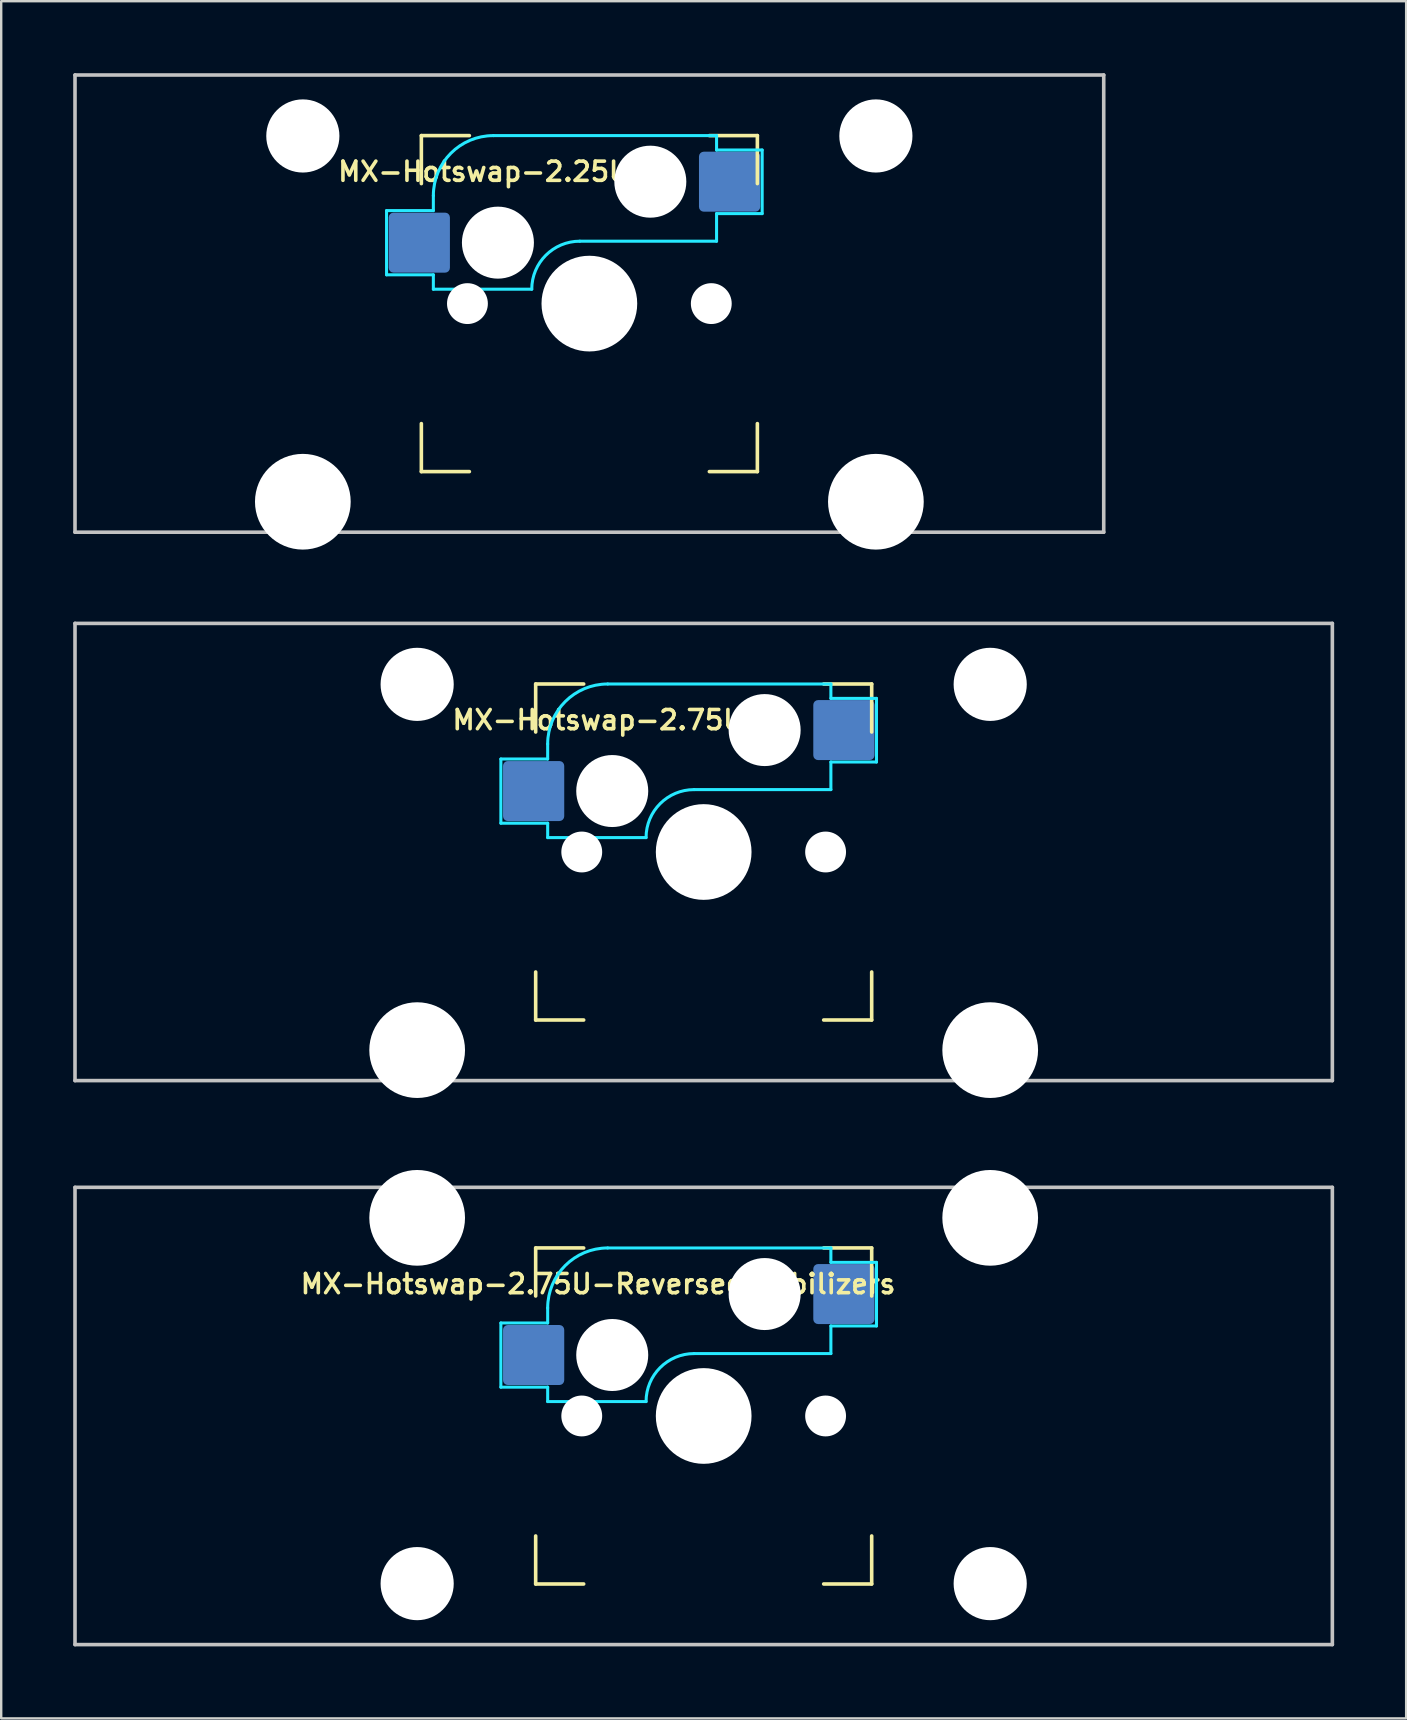
<source format=kicad_pcb>
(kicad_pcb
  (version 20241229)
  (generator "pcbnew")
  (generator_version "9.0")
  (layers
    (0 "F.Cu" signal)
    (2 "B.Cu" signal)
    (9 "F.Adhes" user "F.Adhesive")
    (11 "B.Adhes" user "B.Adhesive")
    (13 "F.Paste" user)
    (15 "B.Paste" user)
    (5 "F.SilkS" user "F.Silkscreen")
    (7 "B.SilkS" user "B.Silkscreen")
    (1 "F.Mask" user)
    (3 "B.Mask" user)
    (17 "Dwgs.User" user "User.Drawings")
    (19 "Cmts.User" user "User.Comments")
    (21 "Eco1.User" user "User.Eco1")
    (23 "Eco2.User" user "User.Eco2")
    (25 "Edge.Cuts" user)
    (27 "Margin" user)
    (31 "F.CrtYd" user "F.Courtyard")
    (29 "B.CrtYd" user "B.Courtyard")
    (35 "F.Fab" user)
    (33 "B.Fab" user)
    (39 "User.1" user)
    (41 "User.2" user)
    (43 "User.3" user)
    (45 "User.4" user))
  (footprint "MX-Hotswap-2.75U-ReversedStabilizers"
    (layer "F.Cu")
    (at 26.269 55.947)
    (property "Reference" "MX-Hotswap-2.75U-ReversedStabilizers" (at -4.4 -5.5 0) (layer "F.SilkS") (effects (font (size 0.8 0.8) (thickness 0.15))))
    (attr smd)
    (fp_line (start -7 -7) (end -7 -5) (stroke (width 0.15) (type solid)) (layer "F.SilkS"))
    (fp_line (start -7 5) (end -7 7) (stroke (width 0.15) (type solid)) (layer "F.SilkS"))
    (fp_line (start -7 7) (end -5 7) (stroke (width 0.15) (type solid)) (layer "F.SilkS"))
    (fp_line (start -5 -7) (end -7 -7) (stroke (width 0.15) (type solid)) (layer "F.SilkS"))
    (fp_line (start 5 -7) (end 7 -7) (stroke (width 0.15) (type solid)) (layer "F.SilkS"))
    (fp_line (start 5 7) (end 7 7) (stroke (width 0.15) (type solid)) (layer "F.SilkS"))
    (fp_line (start 7 -7) (end 7 -5) (stroke (width 0.15) (type solid)) (layer "F.SilkS"))
    (fp_line (start 7 7) (end 7 5) (stroke (width 0.15) (type solid)) (layer "F.SilkS"))
    (fp_line (start -26.194 9.525) (end -26.194 -9.525) (stroke (width 0.15) (type solid)) (layer "Dwgs.User"))
    (fp_line (start 26.194 -9.525) (end -26.194 -9.525) (stroke (width 0.15) (type solid)) (layer "Dwgs.User"))
    (fp_line (start 26.194 9.525) (end -26.194 9.525) (stroke (width 0.15) (type solid)) (layer "Dwgs.User"))
    (fp_line (start 26.194 9.525) (end 26.194 -9.525) (stroke (width 0.15) (type solid)) (layer "Dwgs.User"))
    (fp_line (start -8.45 -3.875) (end -8.45 -1.2) (stroke (width 0.127) (type solid)) (layer "B.CrtYd"))
    (fp_line (start -8.45 -1.2) (end -6.5 -1.2) (stroke (width 0.127) (type solid)) (layer "B.CrtYd"))
    (fp_line (start -6.5 -4.5) (end -6.5 -3.875) (stroke (width 0.127) (type solid)) (layer "B.CrtYd"))
    (fp_line (start -6.5 -3.875) (end -8.45 -3.875) (stroke (width 0.127) (type solid)) (layer "B.CrtYd"))
    (fp_line (start -6.5 -0.6) (end -6.5 -1.2) (stroke (width 0.127) (type solid)) (layer "B.CrtYd"))
    (fp_line (start -6.5 -0.6) (end -2.4 -0.6) (stroke (width 0.127) (type solid)) (layer "B.CrtYd"))
    (fp_line (start -0.4 -2.6) (end 5.3 -2.6) (stroke (width 0.127) (type solid)) (layer "B.CrtYd"))
    (fp_line (start 5.3 -7) (end -4 -7) (stroke (width 0.127) (type solid)) (layer "B.CrtYd"))
    (fp_line (start 5.3 -7) (end 5.3 -6.4) (stroke (width 0.127) (type solid)) (layer "B.CrtYd"))
    (fp_line (start 5.3 -6.4) (end 7.2 -6.4) (stroke (width 0.127) (type solid)) (layer "B.CrtYd"))
    (fp_line (start 5.3 -2.6) (end 5.3 -3.75) (stroke (width 0.127) (type solid)) (layer "B.CrtYd"))
    (fp_line (start 7.2 -6.4) (end 7.2 -3.75) (stroke (width 0.127) (type solid)) (layer "B.CrtYd"))
    (fp_line (start 7.2 -3.75) (end 5.3 -3.75) (stroke (width 0.127) (type solid)) (layer "B.CrtYd"))
    (fp_arc (start -6.5 -4.5) (mid -5.767767 -6.267767) (end -4 -7) (stroke (width 0.127) (type solid)) (layer "B.CrtYd"))
    (fp_arc (start -2.4 -0.6) (mid -1.814214 -2.014214) (end -0.4 -2.6) (stroke (width 0.127) (type solid)) (layer "B.CrtYd"))
    (pad "" np_thru_hole circle (at -11.938 -8.255) (size 3.988 3.988) (drill 3.988) (layers "*.Cu" "*.Mask"))
    (pad "" np_thru_hole circle (at -11.938 6.985) (size 3.048 3.048) (drill 3.048) (layers "*.Cu" "*.Mask"))
    (pad "" np_thru_hole circle (at -5.08 0 48.099) (size 1.702 1.702) (drill 1.702) (layers "*.Cu" "*.Mask"))
    (pad "" np_thru_hole circle (at -3.81 -2.54) (size 3 3) (drill 3) (layers "*.Cu" "*.Mask"))
    (pad "" np_thru_hole circle (at 0 0) (size 3.988 3.988) (drill 3.988) (layers "*.Cu" "*.Mask"))
    (pad "" np_thru_hole circle (at 2.54 -5.08) (size 3 3) (drill 3) (layers "*.Cu" "*.Mask"))
    (pad "" np_thru_hole circle (at 5.08 0 48.099) (size 1.702 1.702) (drill 1.702) (layers "*.Cu" "*.Mask"))
    (pad "" np_thru_hole circle (at 11.938 -8.255) (size 3.988 3.988) (drill 3.988) (layers "*.Cu" "*.Mask"))
    (pad "" np_thru_hole circle (at 11.938 6.985) (size 3.048 3.048) (drill 3.048) (layers "*.Cu" "*.Mask"))
    (pad "1" smd roundrect (at -7.085 -2.54) (size 2.55 2.5) (layers "B.Cu" "B.Mask" "B.Paste") (roundrect_rratio 0.08))
    (pad "2" smd roundrect (at 5.842 -5.08) (size 2.55 2.5) (layers "B.Cu" "B.Mask" "B.Paste") (roundrect_rratio 0.08)))
  (footprint "MX-Hotswap-2.25U"
    (layer "F.Cu")
    (at 21.506 9.6)
    (property "Reference" "MX-Hotswap-2.25U" (at -4.4 -5.5 0) (layer "F.SilkS") (effects (font (size 0.8 0.8) (thickness 0.15))))
    (attr smd)
    (fp_line (start -7 -7) (end -7 -5) (stroke (width 0.15) (type solid)) (layer "F.SilkS"))
    (fp_line (start -7 5) (end -7 7) (stroke (width 0.15) (type solid)) (layer "F.SilkS"))
    (fp_line (start -7 7) (end -5 7) (stroke (width 0.15) (type solid)) (layer "F.SilkS"))
    (fp_line (start -5 -7) (end -7 -7) (stroke (width 0.15) (type solid)) (layer "F.SilkS"))
    (fp_line (start 5 -7) (end 7 -7) (stroke (width 0.15) (type solid)) (layer "F.SilkS"))
    (fp_line (start 5 7) (end 7 7) (stroke (width 0.15) (type solid)) (layer "F.SilkS"))
    (fp_line (start 7 -7) (end 7 -5) (stroke (width 0.15) (type solid)) (layer "F.SilkS"))
    (fp_line (start 7 7) (end 7 5) (stroke (width 0.15) (type solid)) (layer "F.SilkS"))
    (fp_line (start -21.431 9.525) (end -21.431 -9.525) (stroke (width 0.15) (type solid)) (layer "Dwgs.User"))
    (fp_line (start 21.431 -9.525) (end -21.431 -9.525) (stroke (width 0.15) (type solid)) (layer "Dwgs.User"))
    (fp_line (start 21.431 9.525) (end -21.431 9.525) (stroke (width 0.15) (type solid)) (layer "Dwgs.User"))
    (fp_line (start 21.431 9.525) (end 21.431 -9.525) (stroke (width 0.15) (type solid)) (layer "Dwgs.User"))
    (fp_line (start -8.45 -3.875) (end -8.45 -1.2) (stroke (width 0.127) (type solid)) (layer "B.CrtYd"))
    (fp_line (start -8.45 -1.2) (end -6.5 -1.2) (stroke (width 0.127) (type solid)) (layer "B.CrtYd"))
    (fp_line (start -6.5 -4.5) (end -6.5 -3.875) (stroke (width 0.127) (type solid)) (layer "B.CrtYd"))
    (fp_line (start -6.5 -3.875) (end -8.45 -3.875) (stroke (width 0.127) (type solid)) (layer "B.CrtYd"))
    (fp_line (start -6.5 -0.6) (end -6.5 -1.2) (stroke (width 0.127) (type solid)) (layer "B.CrtYd"))
    (fp_line (start -6.5 -0.6) (end -2.4 -0.6) (stroke (width 0.127) (type solid)) (layer "B.CrtYd"))
    (fp_line (start -0.4 -2.6) (end 5.3 -2.6) (stroke (width 0.127) (type solid)) (layer "B.CrtYd"))
    (fp_line (start 5.3 -7) (end -4 -7) (stroke (width 0.127) (type solid)) (layer "B.CrtYd"))
    (fp_line (start 5.3 -7) (end 5.3 -6.4) (stroke (width 0.127) (type solid)) (layer "B.CrtYd"))
    (fp_line (start 5.3 -6.4) (end 7.2 -6.4) (stroke (width 0.127) (type solid)) (layer "B.CrtYd"))
    (fp_line (start 5.3 -2.6) (end 5.3 -3.75) (stroke (width 0.127) (type solid)) (layer "B.CrtYd"))
    (fp_line (start 7.2 -6.4) (end 7.2 -3.75) (stroke (width 0.127) (type solid)) (layer "B.CrtYd"))
    (fp_line (start 7.2 -3.75) (end 5.3 -3.75) (stroke (width 0.127) (type solid)) (layer "B.CrtYd"))
    (fp_arc (start -6.5 -4.5) (mid -5.767767 -6.267767) (end -4 -7) (stroke (width 0.127) (type solid)) (layer "B.CrtYd"))
    (fp_arc (start -2.4 -0.6) (mid -1.814214 -2.014214) (end -0.4 -2.6) (stroke (width 0.127) (type solid)) (layer "B.CrtYd"))
    (pad "" np_thru_hole circle (at -11.938 -6.985) (size 3.048 3.048) (drill 3.048) (layers "*.Cu" "*.Mask"))
    (pad "" np_thru_hole circle (at -11.938 8.255) (size 3.988 3.988) (drill 3.988) (layers "*.Cu" "*.Mask"))
    (pad "" np_thru_hole circle (at -5.08 0 48.099) (size 1.702 1.702) (drill 1.702) (layers "*.Cu" "*.Mask"))
    (pad "" np_thru_hole circle (at -3.81 -2.54) (size 3 3) (drill 3) (layers "*.Cu" "*.Mask"))
    (pad "" np_thru_hole circle (at 0 0) (size 3.988 3.988) (drill 3.988) (layers "*.Cu" "*.Mask"))
    (pad "" np_thru_hole circle (at 2.54 -5.08) (size 3 3) (drill 3) (layers "*.Cu" "*.Mask"))
    (pad "" np_thru_hole circle (at 5.08 0 48.099) (size 1.702 1.702) (drill 1.702) (layers "*.Cu" "*.Mask"))
    (pad "" np_thru_hole circle (at 11.938 -6.985) (size 3.048 3.048) (drill 3.048) (layers "*.Cu" "*.Mask"))
    (pad "" np_thru_hole circle (at 11.938 8.255) (size 3.988 3.988) (drill 3.988) (layers "*.Cu" "*.Mask"))
    (pad "1" smd roundrect (at -7.085 -2.54) (size 2.55 2.5) (layers "B.Cu" "B.Mask" "B.Paste") (roundrect_rratio 0.08))
    (pad "2" smd roundrect (at 5.842 -5.08) (size 2.55 2.5) (layers "B.Cu" "B.Mask" "B.Paste") (roundrect_rratio 0.08)))
  (footprint "MX-Hotswap-2.75U"
    (layer "F.Cu")
    (at 26.269 32.449)
    (property "Reference" "MX-Hotswap-2.75U" (at -4.4 -5.5 0) (layer "F.SilkS") (effects (font (size 0.8 0.8) (thickness 0.15))))
    (attr smd)
    (fp_line (start -7 -7) (end -7 -5) (stroke (width 0.15) (type solid)) (layer "F.SilkS"))
    (fp_line (start -7 5) (end -7 7) (stroke (width 0.15) (type solid)) (layer "F.SilkS"))
    (fp_line (start -7 7) (end -5 7) (stroke (width 0.15) (type solid)) (layer "F.SilkS"))
    (fp_line (start -5 -7) (end -7 -7) (stroke (width 0.15) (type solid)) (layer "F.SilkS"))
    (fp_line (start 5 -7) (end 7 -7) (stroke (width 0.15) (type solid)) (layer "F.SilkS"))
    (fp_line (start 5 7) (end 7 7) (stroke (width 0.15) (type solid)) (layer "F.SilkS"))
    (fp_line (start 7 -7) (end 7 -5) (stroke (width 0.15) (type solid)) (layer "F.SilkS"))
    (fp_line (start 7 7) (end 7 5) (stroke (width 0.15) (type solid)) (layer "F.SilkS"))
    (fp_line (start -26.194 9.525) (end -26.194 -9.525) (stroke (width 0.15) (type solid)) (layer "Dwgs.User"))
    (fp_line (start 26.194 -9.525) (end -26.194 -9.525) (stroke (width 0.15) (type solid)) (layer "Dwgs.User"))
    (fp_line (start 26.194 9.525) (end -26.194 9.525) (stroke (width 0.15) (type solid)) (layer "Dwgs.User"))
    (fp_line (start 26.194 9.525) (end 26.194 -9.525) (stroke (width 0.15) (type solid)) (layer "Dwgs.User"))
    (fp_line (start -8.45 -3.875) (end -8.45 -1.2) (stroke (width 0.127) (type solid)) (layer "B.CrtYd"))
    (fp_line (start -8.45 -1.2) (end -6.5 -1.2) (stroke (width 0.127) (type solid)) (layer "B.CrtYd"))
    (fp_line (start -6.5 -4.5) (end -6.5 -3.875) (stroke (width 0.127) (type solid)) (layer "B.CrtYd"))
    (fp_line (start -6.5 -3.875) (end -8.45 -3.875) (stroke (width 0.127) (type solid)) (layer "B.CrtYd"))
    (fp_line (start -6.5 -0.6) (end -6.5 -1.2) (stroke (width 0.127) (type solid)) (layer "B.CrtYd"))
    (fp_line (start -6.5 -0.6) (end -2.4 -0.6) (stroke (width 0.127) (type solid)) (layer "B.CrtYd"))
    (fp_line (start -0.4 -2.6) (end 5.3 -2.6) (stroke (width 0.127) (type solid)) (layer "B.CrtYd"))
    (fp_line (start 5.3 -7) (end -4 -7) (stroke (width 0.127) (type solid)) (layer "B.CrtYd"))
    (fp_line (start 5.3 -7) (end 5.3 -6.4) (stroke (width 0.127) (type solid)) (layer "B.CrtYd"))
    (fp_line (start 5.3 -6.4) (end 7.2 -6.4) (stroke (width 0.127) (type solid)) (layer "B.CrtYd"))
    (fp_line (start 5.3 -2.6) (end 5.3 -3.75) (stroke (width 0.127) (type solid)) (layer "B.CrtYd"))
    (fp_line (start 7.2 -6.4) (end 7.2 -3.75) (stroke (width 0.127) (type solid)) (layer "B.CrtYd"))
    (fp_line (start 7.2 -3.75) (end 5.3 -3.75) (stroke (width 0.127) (type solid)) (layer "B.CrtYd"))
    (fp_arc (start -6.5 -4.5) (mid -5.767767 -6.267767) (end -4 -7) (stroke (width 0.127) (type solid)) (layer "B.CrtYd"))
    (fp_arc (start -2.4 -0.6) (mid -1.814214 -2.014214) (end -0.4 -2.6) (stroke (width 0.127) (type solid)) (layer "B.CrtYd"))
    (pad "" np_thru_hole circle (at -11.938 -6.985) (size 3.048 3.048) (drill 3.048) (layers "*.Cu" "*.Mask"))
    (pad "" np_thru_hole circle (at -11.938 8.255) (size 3.988 3.988) (drill 3.988) (layers "*.Cu" "*.Mask"))
    (pad "" np_thru_hole circle (at -5.08 0 48.099) (size 1.702 1.702) (drill 1.702) (layers "*.Cu" "*.Mask"))
    (pad "" np_thru_hole circle (at -3.81 -2.54) (size 3 3) (drill 3) (layers "*.Cu" "*.Mask"))
    (pad "" np_thru_hole circle (at 0 0) (size 3.988 3.988) (drill 3.988) (layers "*.Cu" "*.Mask"))
    (pad "" np_thru_hole circle (at 2.54 -5.08) (size 3 3) (drill 3) (layers "*.Cu" "*.Mask"))
    (pad "" np_thru_hole circle (at 5.08 0 48.099) (size 1.702 1.702) (drill 1.702) (layers "*.Cu" "*.Mask"))
    (pad "" np_thru_hole circle (at 11.938 -6.985) (size 3.048 3.048) (drill 3.048) (layers "*.Cu" "*.Mask"))
    (pad "" np_thru_hole circle (at 11.938 8.255) (size 3.988 3.988) (drill 3.988) (layers "*.Cu" "*.Mask"))
    (pad "1" smd roundrect (at -7.085 -2.54) (size 2.55 2.5) (layers "B.Cu" "B.Mask" "B.Paste") (roundrect_rratio 0.08))
    (pad "2" smd roundrect (at 5.842 -5.08) (size 2.55 2.5) (layers "B.Cu" "B.Mask" "B.Paste") (roundrect_rratio 0.08)))
  (gr_rect
    (start -3 -3)
    (end 55.538 68.547)
    (stroke (width 0.1) (type default))
    (fill no)
    (layer "Edge.Cuts")))
</source>
